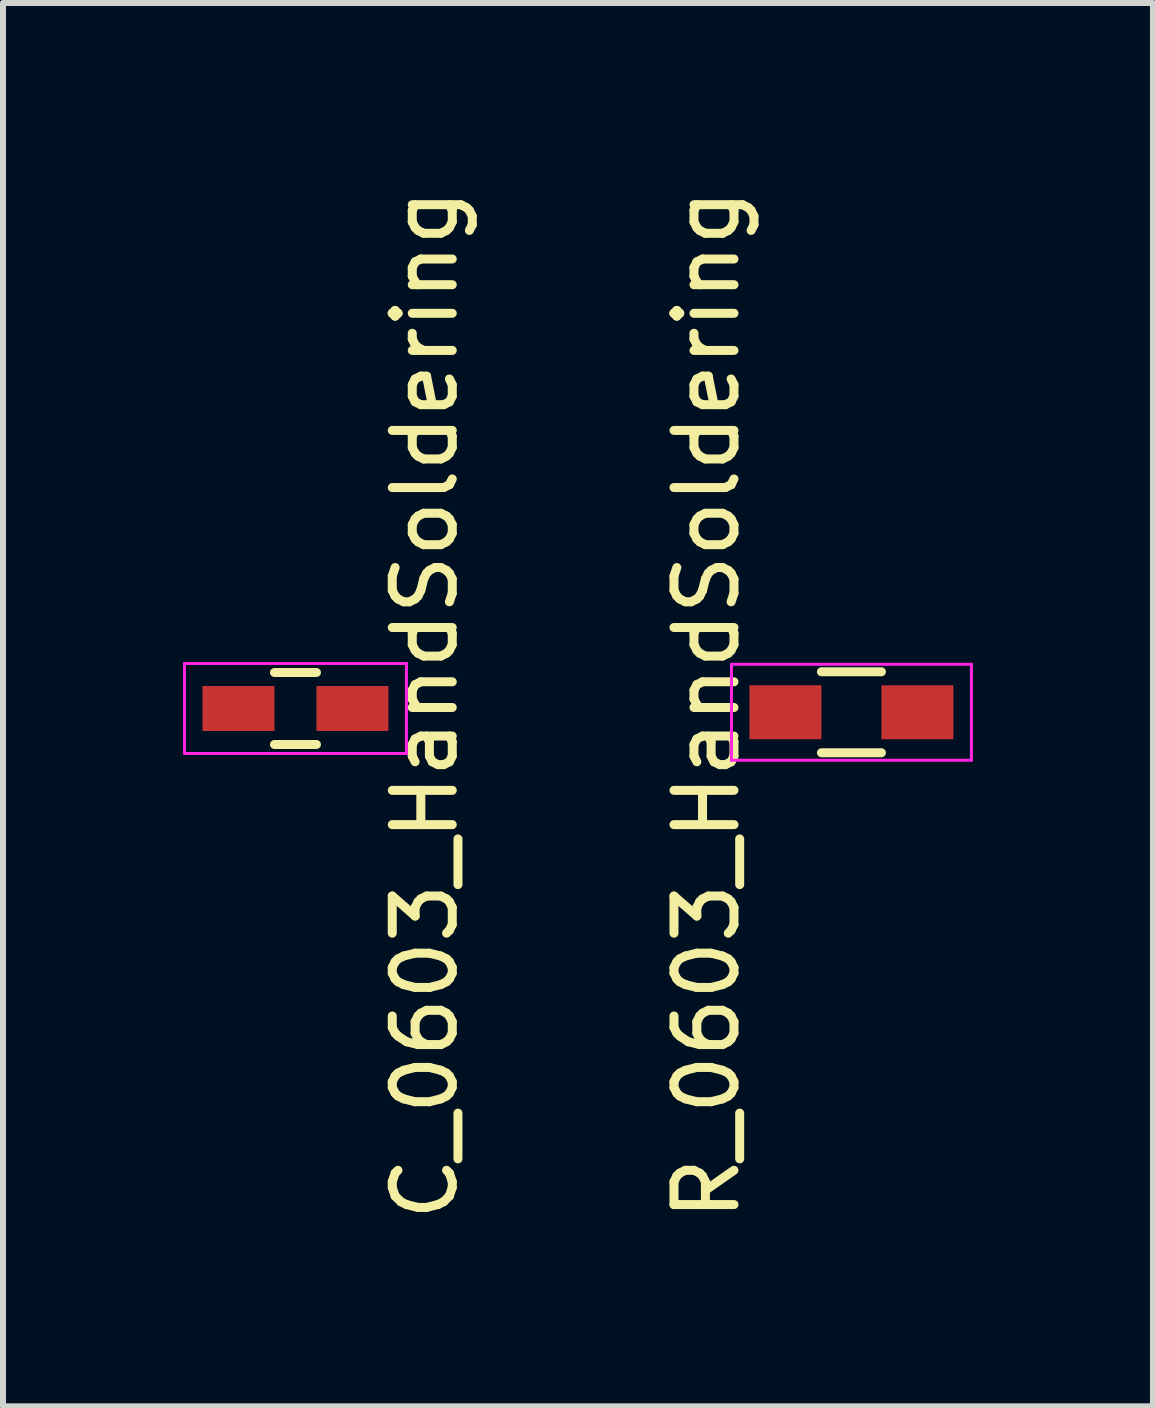
<source format=kicad_pcb>
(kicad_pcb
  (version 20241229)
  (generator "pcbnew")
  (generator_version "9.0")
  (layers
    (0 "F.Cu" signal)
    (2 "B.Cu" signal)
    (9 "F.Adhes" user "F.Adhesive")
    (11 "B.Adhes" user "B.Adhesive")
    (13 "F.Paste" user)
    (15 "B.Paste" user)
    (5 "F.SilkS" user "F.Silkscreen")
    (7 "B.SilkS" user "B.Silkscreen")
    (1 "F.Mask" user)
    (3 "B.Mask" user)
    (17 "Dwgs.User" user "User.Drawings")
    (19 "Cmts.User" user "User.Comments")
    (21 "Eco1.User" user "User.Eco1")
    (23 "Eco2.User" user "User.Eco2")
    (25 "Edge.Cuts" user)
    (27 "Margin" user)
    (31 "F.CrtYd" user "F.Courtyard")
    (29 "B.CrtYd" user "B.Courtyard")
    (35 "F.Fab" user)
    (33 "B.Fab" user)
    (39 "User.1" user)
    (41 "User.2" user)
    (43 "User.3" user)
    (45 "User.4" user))
  (footprint "R_0603_HandSoldering"
    (layer "F.Cu")
    (at 11.143 8.823)
    (property "Reference" "R_0603_HandSoldering" (at -2.413 -0.127 90) (layer "F.SilkS") (effects (font (size 1 1) (thickness 0.15))))
    (attr smd)
    (fp_line (start -0.5 -0.675) (end 0.5 -0.675) (stroke (width 0.15) (type solid)) (layer "F.SilkS"))
    (fp_line (start 0.5 0.675) (end -0.5 0.675) (stroke (width 0.15) (type solid)) (layer "F.SilkS"))
    (fp_line (start -2 -0.8) (end -2 0.8) (stroke (width 0.05) (type solid)) (layer "F.CrtYd"))
    (fp_line (start -2 -0.8) (end 2 -0.8) (stroke (width 0.05) (type solid)) (layer "F.CrtYd"))
    (fp_line (start -2 0.8) (end 2 0.8) (stroke (width 0.05) (type solid)) (layer "F.CrtYd"))
    (fp_line (start 2 -0.8) (end 2 0.8) (stroke (width 0.05) (type solid)) (layer "F.CrtYd"))
    (pad "1" smd rect (at -1.1 0) (size 1.2 0.9) (layers "F.Cu" "F.Mask" "F.Paste"))
    (pad "2" smd rect (at 1.1 0) (size 1.2 0.9) (layers "F.Cu" "F.Mask" "F.Paste")))
  (footprint "C_0603_HandSoldering"
    (layer "F.Cu")
    (at 1.875 8.76)
    (property "Reference" "C_0603_HandSoldering" (at 2.159 -0.064 90) (layer "F.SilkS") (effects (font (size 1 1) (thickness 0.15))))
    (attr smd)
    (fp_line (start -0.35 -0.6) (end 0.35 -0.6) (stroke (width 0.15) (type solid)) (layer "F.SilkS"))
    (fp_line (start 0.35 0.6) (end -0.35 0.6) (stroke (width 0.15) (type solid)) (layer "F.SilkS"))
    (fp_line (start -1.85 -0.75) (end -1.85 0.75) (stroke (width 0.05) (type solid)) (layer "F.CrtYd"))
    (fp_line (start -1.85 -0.75) (end 1.85 -0.75) (stroke (width 0.05) (type solid)) (layer "F.CrtYd"))
    (fp_line (start -1.85 0.75) (end 1.85 0.75) (stroke (width 0.05) (type solid)) (layer "F.CrtYd"))
    (fp_line (start 1.85 -0.75) (end 1.85 0.75) (stroke (width 0.05) (type solid)) (layer "F.CrtYd"))
    (pad "1" smd rect (at -0.95 0) (size 1.2 0.75) (layers "F.Cu" "F.Mask" "F.Paste"))
    (pad "2" smd rect (at 0.95 0) (size 1.2 0.75) (layers "F.Cu" "F.Mask" "F.Paste")))
  (gr_rect
    (start -3 -3)
    (end 16.169 20.393)
    (stroke (width 0.1) (type default))
    (fill no)
    (layer "Edge.Cuts")))
</source>
